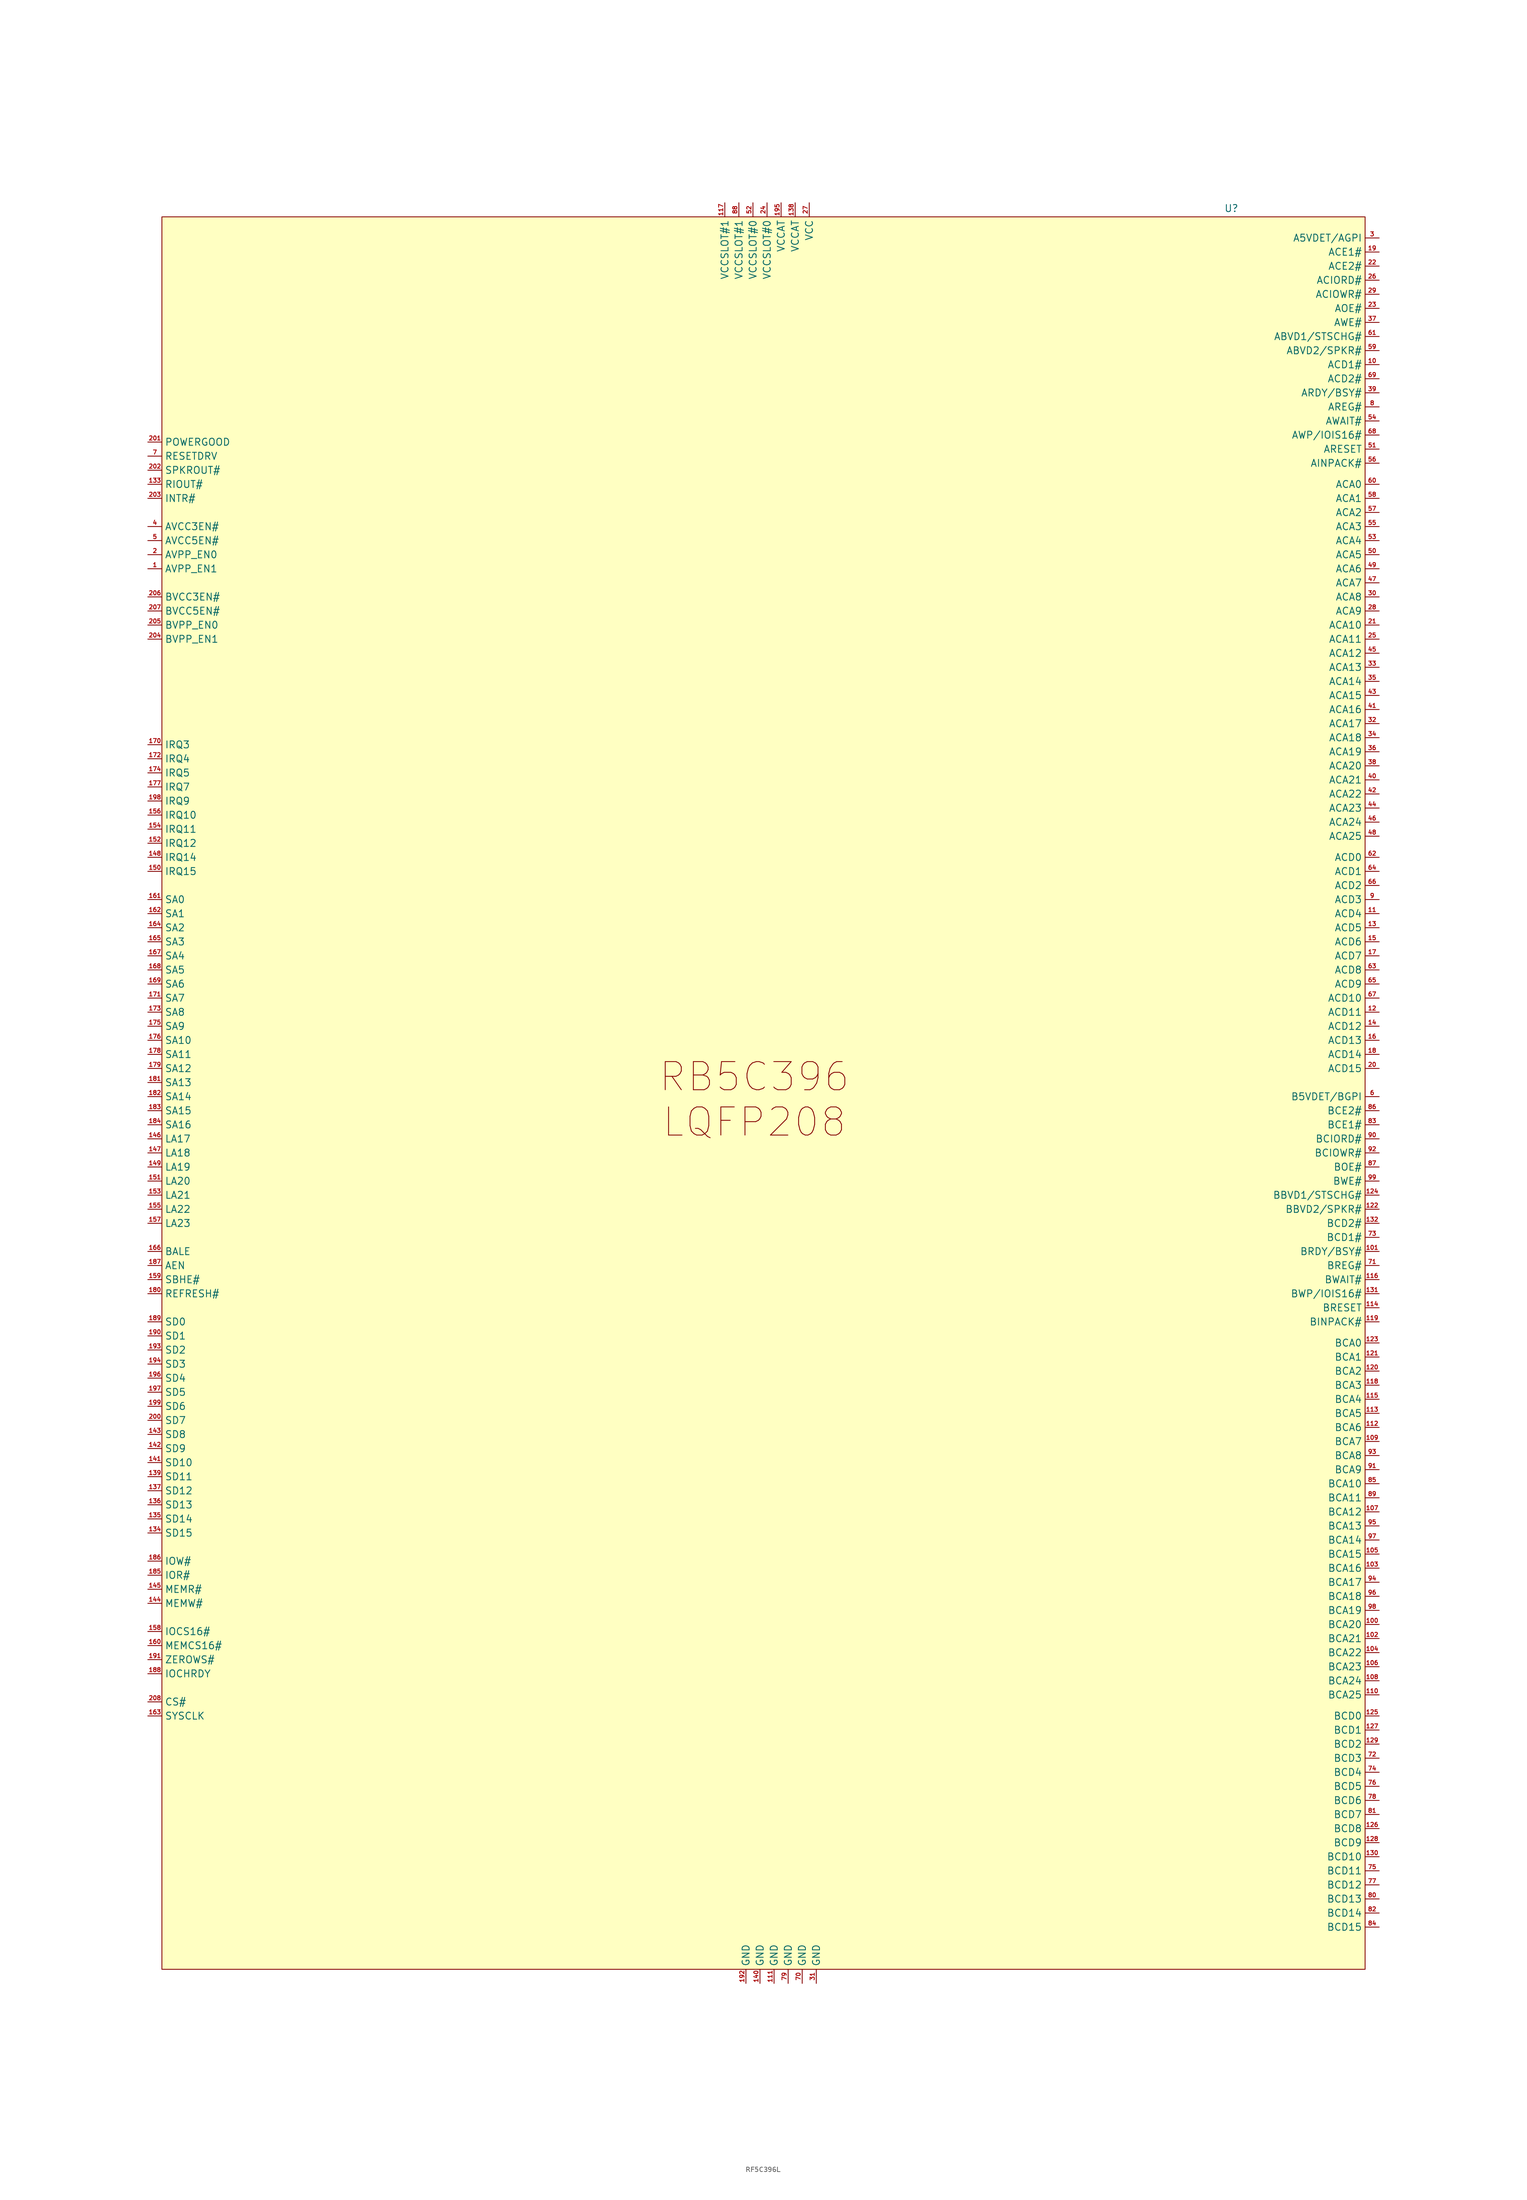
<source format=kicad_sym>
(kicad_symbol_lib
  (version 20241209)
  (generator "kicad_symbol_editor")
  (generator_version "9.0")
  (symbol "RF5C396L"
    (property "Reference" "U"
      (at 83.82 160.274 0)
      (effects (font (size 1.27 1.27))))
    (property "Value" ""
      (at 0 0 0)
      (effects (font (size 1.27 1.27))))
    (symbol "RF5C396L_1_1"
      (rectangle (start -109.22 158.75) (end 107.95 -157.48) (stroke (width 0) (type solid)) (fill (type color) (color 255 255 194 1)))
      (text "RB5C396\nLQFP208" (at -2.286 -0.508 0) (effects (font (size 5.08 5.08))))
      (pin input line (at -111.76 118.11 0) (length 2.54) (name "POWERGOOD" (effects (font (size 1.27 1.27)))) (number "201" (effects (font (size 0.762 0.762)))))
      (pin input line (at -111.76 115.57 0) (length 2.54) (name "RESETDRV" (effects (font (size 1.27 1.27)))) (number "7" (effects (font (size 0.762 0.762)))))
      (pin output line (at -111.76 113.03 0) (length 2.54) (name "SPKROUT#" (effects (font (size 1.27 1.27)))) (number "202" (effects (font (size 0.762 0.762)))))
      (pin output line (at -111.76 110.49 0) (length 2.54) (name "RIOUT#" (effects (font (size 1.27 1.27)))) (number "133" (effects (font (size 0.762 0.762)))))
      (pin output line (at -111.76 107.95 0) (length 2.54) (name "INTR#" (effects (font (size 1.27 1.27)))) (number "203" (effects (font (size 0.762 0.762)))))
      (pin output line (at -111.76 102.87 0) (length 2.54) (name "AVCC3EN#" (effects (font (size 1.27 1.27)))) (number "4" (effects (font (size 0.762 0.762)))))
      (pin output line (at -111.76 100.33 0) (length 2.54) (name "AVCC5EN#" (effects (font (size 1.27 1.27)))) (number "5" (effects (font (size 0.762 0.762)))))
      (pin output line (at -111.76 97.79 0) (length 2.54) (name "AVPP_EN0" (effects (font (size 1.27 1.27)))) (number "2" (effects (font (size 0.762 0.762)))))
      (pin output line (at -111.76 95.25 0) (length 2.54) (name "AVPP_EN1" (effects (font (size 1.27 1.27)))) (number "1" (effects (font (size 0.762 0.762)))))
      (pin output line (at -111.76 90.17 0) (length 2.54) (name "BVCC3EN#" (effects (font (size 1.27 1.27)))) (number "206" (effects (font (size 0.762 0.762)))))
      (pin output line (at -111.76 87.63 0) (length 2.54) (name "BVCC5EN#" (effects (font (size 1.27 1.27)))) (number "207" (effects (font (size 0.762 0.762)))))
      (pin output line (at -111.76 85.09 0) (length 2.54) (name "BVPP_EN0" (effects (font (size 1.27 1.27)))) (number "205" (effects (font (size 0.762 0.762)))))
      (pin output line (at -111.76 82.55 0) (length 2.54) (name "BVPP_EN1" (effects (font (size 1.27 1.27)))) (number "204" (effects (font (size 0.762 0.762)))))
      (pin output line (at -111.76 63.5 0) (length 2.54) (name "IRQ3" (effects (font (size 1.27 1.27)))) (number "170" (effects (font (size 0.762 0.762)))))
      (pin output line (at -111.76 60.96 0) (length 2.54) (name "IRQ4" (effects (font (size 1.27 1.27)))) (number "172" (effects (font (size 0.762 0.762)))))
      (pin output line (at -111.76 58.42 0) (length 2.54) (name "IRQ5" (effects (font (size 1.27 1.27)))) (number "174" (effects (font (size 0.762 0.762)))))
      (pin output line (at -111.76 55.88 0) (length 2.54) (name "IRQ7" (effects (font (size 1.27 1.27)))) (number "177" (effects (font (size 0.762 0.762)))))
      (pin output line (at -111.76 53.34 0) (length 2.54) (name "IRQ9" (effects (font (size 1.27 1.27)))) (number "198" (effects (font (size 0.762 0.762)))))
      (pin output line (at -111.76 50.8 0) (length 2.54) (name "IRQ10" (effects (font (size 1.27 1.27)))) (number "156" (effects (font (size 0.762 0.762)))))
      (pin output line (at -111.76 48.26 0) (length 2.54) (name "IRQ11" (effects (font (size 1.27 1.27)))) (number "154" (effects (font (size 0.762 0.762)))))
      (pin output line (at -111.76 45.72 0) (length 2.54) (name "IRQ12" (effects (font (size 1.27 1.27)))) (number "152" (effects (font (size 0.762 0.762)))))
      (pin output line (at -111.76 43.18 0) (length 2.54) (name "IRQ14" (effects (font (size 1.27 1.27)))) (number "148" (effects (font (size 0.762 0.762)))))
      (pin output line (at -111.76 40.64 0) (length 2.54) (name "IRQ15" (effects (font (size 1.27 1.27)))) (number "150" (effects (font (size 0.762 0.762)))))
      (pin input line (at -111.76 35.56 0) (length 2.54) (name "SA0" (effects (font (size 1.27 1.27)))) (number "161" (effects (font (size 0.762 0.762)))))
      (pin input line (at -111.76 33.02 0) (length 2.54) (name "SA1" (effects (font (size 1.27 1.27)))) (number "162" (effects (font (size 0.762 0.762)))))
      (pin input line (at -111.76 30.48 0) (length 2.54) (name "SA2" (effects (font (size 1.27 1.27)))) (number "164" (effects (font (size 0.762 0.762)))))
      (pin input line (at -111.76 27.94 0) (length 2.54) (name "SA3" (effects (font (size 1.27 1.27)))) (number "165" (effects (font (size 0.762 0.762)))))
      (pin input line (at -111.76 25.4 0) (length 2.54) (name "SA4" (effects (font (size 1.27 1.27)))) (number "167" (effects (font (size 0.762 0.762)))))
      (pin input line (at -111.76 22.86 0) (length 2.54) (name "SA5" (effects (font (size 1.27 1.27)))) (number "168" (effects (font (size 0.762 0.762)))))
      (pin input line (at -111.76 20.32 0) (length 2.54) (name "SA6" (effects (font (size 1.27 1.27)))) (number "169" (effects (font (size 0.762 0.762)))))
      (pin input line (at -111.76 17.78 0) (length 2.54) (name "SA7" (effects (font (size 1.27 1.27)))) (number "171" (effects (font (size 0.762 0.762)))))
      (pin input line (at -111.76 15.24 0) (length 2.54) (name "SA8" (effects (font (size 1.27 1.27)))) (number "173" (effects (font (size 0.762 0.762)))))
      (pin input line (at -111.76 12.7 0) (length 2.54) (name "SA9" (effects (font (size 1.27 1.27)))) (number "175" (effects (font (size 0.762 0.762)))))
      (pin input line (at -111.76 10.16 0) (length 2.54) (name "SA10" (effects (font (size 1.27 1.27)))) (number "176" (effects (font (size 0.762 0.762)))))
      (pin input line (at -111.76 7.62 0) (length 2.54) (name "SA11" (effects (font (size 1.27 1.27)))) (number "178" (effects (font (size 0.762 0.762)))))
      (pin input line (at -111.76 5.08 0) (length 2.54) (name "SA12" (effects (font (size 1.27 1.27)))) (number "179" (effects (font (size 0.762 0.762)))))
      (pin input line (at -111.76 2.54 0) (length 2.54) (name "SA13" (effects (font (size 1.27 1.27)))) (number "181" (effects (font (size 0.762 0.762)))))
      (pin input line (at -111.76 0 0) (length 2.54) (name "SA14" (effects (font (size 1.27 1.27)))) (number "182" (effects (font (size 0.762 0.762)))))
      (pin input line (at -111.76 -2.54 0) (length 2.54) (name "SA15" (effects (font (size 1.27 1.27)))) (number "183" (effects (font (size 0.762 0.762)))))
      (pin input line (at -111.76 -5.08 0) (length 2.54) (name "SA16" (effects (font (size 1.27 1.27)))) (number "184" (effects (font (size 0.762 0.762)))))
      (pin input line (at -111.76 -7.62 0) (length 2.54) (name "LA17" (effects (font (size 1.27 1.27)))) (number "146" (effects (font (size 0.762 0.762)))))
      (pin input line (at -111.76 -10.16 0) (length 2.54) (name "LA18" (effects (font (size 1.27 1.27)))) (number "147" (effects (font (size 0.762 0.762)))))
      (pin input line (at -111.76 -12.7 0) (length 2.54) (name "LA19" (effects (font (size 1.27 1.27)))) (number "149" (effects (font (size 0.762 0.762)))))
      (pin input line (at -111.76 -15.24 0) (length 2.54) (name "LA20" (effects (font (size 1.27 1.27)))) (number "151" (effects (font (size 0.762 0.762)))))
      (pin input line (at -111.76 -17.78 0) (length 2.54) (name "LA21" (effects (font (size 1.27 1.27)))) (number "153" (effects (font (size 0.762 0.762)))))
      (pin input line (at -111.76 -20.32 0) (length 2.54) (name "LA22" (effects (font (size 1.27 1.27)))) (number "155" (effects (font (size 0.762 0.762)))))
      (pin input line (at -111.76 -22.86 0) (length 2.54) (name "LA23" (effects (font (size 1.27 1.27)))) (number "157" (effects (font (size 0.762 0.762)))))
      (pin input line (at -111.76 -27.94 0) (length 2.54) (name "BALE" (effects (font (size 1.27 1.27)))) (number "166" (effects (font (size 0.762 0.762)))))
      (pin input line (at -111.76 -30.48 0) (length 2.54) (name "AEN" (effects (font (size 1.27 1.27)))) (number "187" (effects (font (size 0.762 0.762)))))
      (pin input line (at -111.76 -33.02 0) (length 2.54) (name "SBHE#" (effects (font (size 1.27 1.27)))) (number "159" (effects (font (size 0.762 0.762)))))
      (pin input line (at -111.76 -35.56 0) (length 2.54) (name "REFRESH#" (effects (font (size 1.27 1.27)))) (number "180" (effects (font (size 0.762 0.762)))))
      (pin bidirectional line (at -111.76 -40.64 0) (length 2.54) (name "SD0" (effects (font (size 1.27 1.27)))) (number "189" (effects (font (size 0.762 0.762)))))
      (pin bidirectional line (at -111.76 -43.18 0) (length 2.54) (name "SD1" (effects (font (size 1.27 1.27)))) (number "190" (effects (font (size 0.762 0.762)))))
      (pin bidirectional line (at -111.76 -45.72 0) (length 2.54) (name "SD2" (effects (font (size 1.27 1.27)))) (number "193" (effects (font (size 0.762 0.762)))))
      (pin bidirectional line (at -111.76 -48.26 0) (length 2.54) (name "SD3" (effects (font (size 1.27 1.27)))) (number "194" (effects (font (size 0.762 0.762)))))
      (pin bidirectional line (at -111.76 -50.8 0) (length 2.54) (name "SD4" (effects (font (size 1.27 1.27)))) (number "196" (effects (font (size 0.762 0.762)))))
      (pin bidirectional line (at -111.76 -53.34 0) (length 2.54) (name "SD5" (effects (font (size 1.27 1.27)))) (number "197" (effects (font (size 0.762 0.762)))))
      (pin bidirectional line (at -111.76 -55.88 0) (length 2.54) (name "SD6" (effects (font (size 1.27 1.27)))) (number "199" (effects (font (size 0.762 0.762)))))
      (pin bidirectional line (at -111.76 -58.42 0) (length 2.54) (name "SD7" (effects (font (size 1.27 1.27)))) (number "200" (effects (font (size 0.762 0.762)))))
      (pin bidirectional line (at -111.76 -60.96 0) (length 2.54) (name "SD8" (effects (font (size 1.27 1.27)))) (number "143" (effects (font (size 0.762 0.762)))))
      (pin bidirectional line (at -111.76 -63.5 0) (length 2.54) (name "SD9" (effects (font (size 1.27 1.27)))) (number "142" (effects (font (size 0.762 0.762)))))
      (pin bidirectional line (at -111.76 -66.04 0) (length 2.54) (name "SD10" (effects (font (size 1.27 1.27)))) (number "141" (effects (font (size 0.762 0.762)))))
      (pin bidirectional line (at -111.76 -68.58 0) (length 2.54) (name "SD11" (effects (font (size 1.27 1.27)))) (number "139" (effects (font (size 0.762 0.762)))))
      (pin bidirectional line (at -111.76 -71.12 0) (length 2.54) (name "SD12" (effects (font (size 1.27 1.27)))) (number "137" (effects (font (size 0.762 0.762)))))
      (pin bidirectional line (at -111.76 -73.66 0) (length 2.54) (name "SD13" (effects (font (size 1.27 1.27)))) (number "136" (effects (font (size 0.762 0.762)))))
      (pin bidirectional line (at -111.76 -76.2 0) (length 2.54) (name "SD14" (effects (font (size 1.27 1.27)))) (number "135" (effects (font (size 0.762 0.762)))))
      (pin bidirectional line (at -111.76 -78.74 0) (length 2.54) (name "SD15" (effects (font (size 1.27 1.27)))) (number "134" (effects (font (size 0.762 0.762)))))
      (pin input line (at -111.76 -83.82 0) (length 2.54) (name "IOW#" (effects (font (size 1.27 1.27)))) (number "186" (effects (font (size 0.762 0.762)))))
      (pin input line (at -111.76 -86.36 0) (length 2.54) (name "IOR#" (effects (font (size 1.27 1.27)))) (number "185" (effects (font (size 0.762 0.762)))))
      (pin input line (at -111.76 -88.9 0) (length 2.54) (name "MEMR#" (effects (font (size 1.27 1.27)))) (number "145" (effects (font (size 0.762 0.762)))))
      (pin input line (at -111.76 -91.44 0) (length 2.54) (name "MEMW#" (effects (font (size 1.27 1.27)))) (number "144" (effects (font (size 0.762 0.762)))))
      (pin output line (at -111.76 -96.52 0) (length 2.54) (name "IOCS16#" (effects (font (size 1.27 1.27)))) (number "158" (effects (font (size 0.762 0.762)))))
      (pin output line (at -111.76 -99.06 0) (length 2.54) (name "MEMCS16#" (effects (font (size 1.27 1.27)))) (number "160" (effects (font (size 0.762 0.762)))))
      (pin output line (at -111.76 -101.6 0) (length 2.54) (name "ZEROWS#" (effects (font (size 1.27 1.27)))) (number "191" (effects (font (size 0.762 0.762)))))
      (pin output line (at -111.76 -104.14 0) (length 2.54) (name "IOCHRDY" (effects (font (size 1.27 1.27)))) (number "188" (effects (font (size 0.762 0.762)))))
      (pin input line (at -111.76 -109.22 0) (length 2.54) (name "CS#" (effects (font (size 1.27 1.27)))) (number "208" (effects (font (size 0.762 0.762)))))
      (pin input line (at -111.76 -111.76 0) (length 2.54) (name "SYSCLK" (effects (font (size 1.27 1.27)))) (number "163" (effects (font (size 0.762 0.762)))))
      (pin power_in line (at -7.62 161.29 270) (length 2.54) (name "VCCSLOT#1" (effects (font (size 1.27 1.27)))) (number "117" (effects (font (size 0.762 0.762)))))
      (pin power_in line (at -5.08 161.29 270) (length 2.54) (name "VCCSLOT#1" (effects (font (size 1.27 1.27)))) (number "88" (effects (font (size 0.762 0.762)))))
      (pin power_in line (at -3.81 -160.02 90) (length 2.54) (name "GND" (effects (font (size 1.27 1.27)))) (number "192" (effects (font (size 0.762 0.762)))))
      (pin power_in line (at -2.54 161.29 270) (length 2.54) (name "VCCSLOT#0" (effects (font (size 1.27 1.27)))) (number "52" (effects (font (size 0.762 0.762)))))
      (pin power_in line (at -1.27 -160.02 90) (length 2.54) (name "GND" (effects (font (size 1.27 1.27)))) (number "140" (effects (font (size 0.762 0.762)))))
      (pin power_in line (at 0 161.29 270) (length 2.54) (name "VCCSLOT#0" (effects (font (size 1.27 1.27)))) (number "24" (effects (font (size 0.762 0.762)))))
      (pin power_in line (at 1.27 -160.02 90) (length 2.54) (name "GND" (effects (font (size 1.27 1.27)))) (number "111" (effects (font (size 0.762 0.762)))))
      (pin power_in line (at 2.54 161.29 270) (length 2.54) (name "VCCAT" (effects (font (size 1.27 1.27)))) (number "195" (effects (font (size 0.762 0.762)))))
      (pin power_in line (at 3.81 -160.02 90) (length 2.54) (name "GND" (effects (font (size 1.27 1.27)))) (number "79" (effects (font (size 0.762 0.762)))))
      (pin power_in line (at 5.08 161.29 270) (length 2.54) (name "VCCAT" (effects (font (size 1.27 1.27)))) (number "138" (effects (font (size 0.762 0.762)))))
      (pin power_in line (at 6.35 -160.02 90) (length 2.54) (name "GND" (effects (font (size 1.27 1.27)))) (number "70" (effects (font (size 0.762 0.762)))))
      (pin power_in line (at 7.62 161.29 270) (length 2.54) (name "VCC" (effects (font (size 1.27 1.27)))) (number "27" (effects (font (size 0.762 0.762)))))
      (pin power_in line (at 8.89 -160.02 90) (length 2.54) (name "GND" (effects (font (size 1.27 1.27)))) (number "31" (effects (font (size 0.762 0.762)))))
      (pin input line (at 110.49 154.94 180) (length 2.54) (name "A5VDET/AGPI" (effects (font (size 1.27 1.27)))) (number "3" (effects (font (size 0.762 0.762)))))
      (pin output line (at 110.49 152.4 180) (length 2.54) (name "ACE1#" (effects (font (size 1.27 1.27)))) (number "19" (effects (font (size 0.762 0.762)))))
      (pin output line (at 110.49 149.86 180) (length 2.54) (name "ACE2#" (effects (font (size 1.27 1.27)))) (number "22" (effects (font (size 0.762 0.762)))))
      (pin output line (at 110.49 147.32 180) (length 2.54) (name "ACIORD#" (effects (font (size 1.27 1.27)))) (number "26" (effects (font (size 0.762 0.762)))))
      (pin output line (at 110.49 144.78 180) (length 2.54) (name "ACIOWR#" (effects (font (size 1.27 1.27)))) (number "29" (effects (font (size 0.762 0.762)))))
      (pin output line (at 110.49 142.24 180) (length 2.54) (name "AOE#" (effects (font (size 1.27 1.27)))) (number "23" (effects (font (size 0.762 0.762)))))
      (pin output line (at 110.49 139.7 180) (length 2.54) (name "AWE#" (effects (font (size 1.27 1.27)))) (number "37" (effects (font (size 0.762 0.762)))))
      (pin input line (at 110.49 137.16 180) (length 2.54) (name "ABVD1/STSCHG#" (effects (font (size 1.27 1.27)))) (number "61" (effects (font (size 0.762 0.762)))))
      (pin input line (at 110.49 134.62 180) (length 2.54) (name "ABVD2/SPKR#" (effects (font (size 1.27 1.27)))) (number "59" (effects (font (size 0.762 0.762)))))
      (pin input line (at 110.49 132.08 180) (length 2.54) (name "ACD1#" (effects (font (size 1.27 1.27)))) (number "10" (effects (font (size 0.762 0.762)))))
      (pin input line (at 110.49 129.54 180) (length 2.54) (name "ACD2#" (effects (font (size 1.27 1.27)))) (number "69" (effects (font (size 0.762 0.762)))))
      (pin input line (at 110.49 127 180) (length 2.54) (name "ARDY/BSY#" (effects (font (size 1.27 1.27)))) (number "39" (effects (font (size 0.762 0.762)))))
      (pin output line (at 110.49 124.46 180) (length 2.54) (name "AREG#" (effects (font (size 1.27 1.27)))) (number "8" (effects (font (size 0.762 0.762)))))
      (pin input line (at 110.49 121.92 180) (length 2.54) (name "AWAIT#" (effects (font (size 1.27 1.27)))) (number "54" (effects (font (size 0.762 0.762)))))
      (pin input line (at 110.49 119.38 180) (length 2.54) (name "AWP/IOIS16#" (effects (font (size 1.27 1.27)))) (number "68" (effects (font (size 0.762 0.762)))))
      (pin output line (at 110.49 116.84 180) (length 2.54) (name "ARESET" (effects (font (size 1.27 1.27)))) (number "51" (effects (font (size 0.762 0.762)))))
      (pin input line (at 110.49 114.3 180) (length 2.54) (name "AINPACK#" (effects (font (size 1.27 1.27)))) (number "56" (effects (font (size 0.762 0.762)))))
      (pin output line (at 110.49 110.49 180) (length 2.54) (name "ACA0" (effects (font (size 1.27 1.27)))) (number "60" (effects (font (size 0.762 0.762)))))
      (pin output line (at 110.49 107.95 180) (length 2.54) (name "ACA1" (effects (font (size 1.27 1.27)))) (number "58" (effects (font (size 0.762 0.762)))))
      (pin output line (at 110.49 105.41 180) (length 2.54) (name "ACA2" (effects (font (size 1.27 1.27)))) (number "57" (effects (font (size 0.762 0.762)))))
      (pin output line (at 110.49 102.87 180) (length 2.54) (name "ACA3" (effects (font (size 1.27 1.27)))) (number "55" (effects (font (size 0.762 0.762)))))
      (pin output line (at 110.49 100.33 180) (length 2.54) (name "ACA4" (effects (font (size 1.27 1.27)))) (number "53" (effects (font (size 0.762 0.762)))))
      (pin output line (at 110.49 97.79 180) (length 2.54) (name "ACA5" (effects (font (size 1.27 1.27)))) (number "50" (effects (font (size 0.762 0.762)))))
      (pin output line (at 110.49 95.25 180) (length 2.54) (name "ACA6" (effects (font (size 1.27 1.27)))) (number "49" (effects (font (size 0.762 0.762)))))
      (pin output line (at 110.49 92.71 180) (length 2.54) (name "ACA7" (effects (font (size 1.27 1.27)))) (number "47" (effects (font (size 0.762 0.762)))))
      (pin output line (at 110.49 90.17 180) (length 2.54) (name "ACA8" (effects (font (size 1.27 1.27)))) (number "30" (effects (font (size 0.762 0.762)))))
      (pin output line (at 110.49 87.63 180) (length 2.54) (name "ACA9" (effects (font (size 1.27 1.27)))) (number "28" (effects (font (size 0.762 0.762)))))
      (pin output line (at 110.49 85.09 180) (length 2.54) (name "ACA10" (effects (font (size 1.27 1.27)))) (number "21" (effects (font (size 0.762 0.762)))))
      (pin output line (at 110.49 82.55 180) (length 2.54) (name "ACA11" (effects (font (size 1.27 1.27)))) (number "25" (effects (font (size 0.762 0.762)))))
      (pin output line (at 110.49 80.01 180) (length 2.54) (name "ACA12" (effects (font (size 1.27 1.27)))) (number "45" (effects (font (size 0.762 0.762)))))
      (pin output line (at 110.49 77.47 180) (length 2.54) (name "ACA13" (effects (font (size 1.27 1.27)))) (number "33" (effects (font (size 0.762 0.762)))))
      (pin output line (at 110.49 74.93 180) (length 2.54) (name "ACA14" (effects (font (size 1.27 1.27)))) (number "35" (effects (font (size 0.762 0.762)))))
      (pin output line (at 110.49 72.39 180) (length 2.54) (name "ACA15" (effects (font (size 1.27 1.27)))) (number "43" (effects (font (size 0.762 0.762)))))
      (pin output line (at 110.49 69.85 180) (length 2.54) (name "ACA16" (effects (font (size 1.27 1.27)))) (number "41" (effects (font (size 0.762 0.762)))))
      (pin output line (at 110.49 67.31 180) (length 2.54) (name "ACA17" (effects (font (size 1.27 1.27)))) (number "32" (effects (font (size 0.762 0.762)))))
      (pin output line (at 110.49 64.77 180) (length 2.54) (name "ACA18" (effects (font (size 1.27 1.27)))) (number "34" (effects (font (size 0.762 0.762)))))
      (pin output line (at 110.49 62.23 180) (length 2.54) (name "ACA19" (effects (font (size 1.27 1.27)))) (number "36" (effects (font (size 0.762 0.762)))))
      (pin output line (at 110.49 59.69 180) (length 2.54) (name "ACA20" (effects (font (size 1.27 1.27)))) (number "38" (effects (font (size 0.762 0.762)))))
      (pin output line (at 110.49 57.15 180) (length 2.54) (name "ACA21" (effects (font (size 1.27 1.27)))) (number "40" (effects (font (size 0.762 0.762)))))
      (pin output line (at 110.49 54.61 180) (length 2.54) (name "ACA22" (effects (font (size 1.27 1.27)))) (number "42" (effects (font (size 0.762 0.762)))))
      (pin output line (at 110.49 52.07 180) (length 2.54) (name "ACA23" (effects (font (size 1.27 1.27)))) (number "44" (effects (font (size 0.762 0.762)))))
      (pin output line (at 110.49 49.53 180) (length 2.54) (name "ACA24" (effects (font (size 1.27 1.27)))) (number "46" (effects (font (size 0.762 0.762)))))
      (pin output line (at 110.49 46.99 180) (length 2.54) (name "ACA25" (effects (font (size 1.27 1.27)))) (number "48" (effects (font (size 0.762 0.762)))))
      (pin bidirectional line (at 110.49 43.18 180) (length 2.54) (name "ACD0" (effects (font (size 1.27 1.27)))) (number "62" (effects (font (size 0.762 0.762)))))
      (pin bidirectional line (at 110.49 40.64 180) (length 2.54) (name "ACD1" (effects (font (size 1.27 1.27)))) (number "64" (effects (font (size 0.762 0.762)))))
      (pin bidirectional line (at 110.49 38.1 180) (length 2.54) (name "ACD2" (effects (font (size 1.27 1.27)))) (number "66" (effects (font (size 0.762 0.762)))))
      (pin bidirectional line (at 110.49 35.56 180) (length 2.54) (name "ACD3" (effects (font (size 1.27 1.27)))) (number "9" (effects (font (size 0.762 0.762)))))
      (pin bidirectional line (at 110.49 33.02 180) (length 2.54) (name "ACD4" (effects (font (size 1.27 1.27)))) (number "11" (effects (font (size 0.762 0.762)))))
      (pin bidirectional line (at 110.49 30.48 180) (length 2.54) (name "ACD5" (effects (font (size 1.27 1.27)))) (number "13" (effects (font (size 0.762 0.762)))))
      (pin bidirectional line (at 110.49 27.94 180) (length 2.54) (name "ACD6" (effects (font (size 1.27 1.27)))) (number "15" (effects (font (size 0.762 0.762)))))
      (pin bidirectional line (at 110.49 25.4 180) (length 2.54) (name "ACD7" (effects (font (size 1.27 1.27)))) (number "17" (effects (font (size 0.762 0.762)))))
      (pin bidirectional line (at 110.49 22.86 180) (length 2.54) (name "ACD8" (effects (font (size 1.27 1.27)))) (number "63" (effects (font (size 0.762 0.762)))))
      (pin bidirectional line (at 110.49 20.32 180) (length 2.54) (name "ACD9" (effects (font (size 1.27 1.27)))) (number "65" (effects (font (size 0.762 0.762)))))
      (pin bidirectional line (at 110.49 17.78 180) (length 2.54) (name "ACD10" (effects (font (size 1.27 1.27)))) (number "67" (effects (font (size 0.762 0.762)))))
      (pin bidirectional line (at 110.49 15.24 180) (length 2.54) (name "ACD11" (effects (font (size 1.27 1.27)))) (number "12" (effects (font (size 0.762 0.762)))))
      (pin bidirectional line (at 110.49 12.7 180) (length 2.54) (name "ACD12" (effects (font (size 1.27 1.27)))) (number "14" (effects (font (size 0.762 0.762)))))
      (pin bidirectional line (at 110.49 10.16 180) (length 2.54) (name "ACD13" (effects (font (size 1.27 1.27)))) (number "16" (effects (font (size 0.762 0.762)))))
      (pin bidirectional line (at 110.49 7.62 180) (length 2.54) (name "ACD14" (effects (font (size 1.27 1.27)))) (number "18" (effects (font (size 0.762 0.762)))))
      (pin bidirectional line (at 110.49 5.08 180) (length 2.54) (name "ACD15" (effects (font (size 1.27 1.27)))) (number "20" (effects (font (size 0.762 0.762)))))
      (pin input line (at 110.49 0 180) (length 2.54) (name "B5VDET/BGPI" (effects (font (size 1.27 1.27)))) (number "6" (effects (font (size 0.762 0.762)))))
      (pin output line (at 110.49 -2.54 180) (length 2.54) (name "BCE2#" (effects (font (size 1.27 1.27)))) (number "86" (effects (font (size 0.762 0.762)))))
      (pin output line (at 110.49 -5.08 180) (length 2.54) (name "BCE1#" (effects (font (size 1.27 1.27)))) (number "83" (effects (font (size 0.762 0.762)))))
      (pin output line (at 110.49 -7.62 180) (length 2.54) (name "BCIORD#" (effects (font (size 1.27 1.27)))) (number "90" (effects (font (size 0.762 0.762)))))
      (pin output line (at 110.49 -10.16 180) (length 2.54) (name "BCIOWR#" (effects (font (size 1.27 1.27)))) (number "92" (effects (font (size 0.762 0.762)))))
      (pin output line (at 110.49 -12.7 180) (length 2.54) (name "BOE#" (effects (font (size 1.27 1.27)))) (number "87" (effects (font (size 0.762 0.762)))))
      (pin output line (at 110.49 -15.24 180) (length 2.54) (name "BWE#" (effects (font (size 1.27 1.27)))) (number "99" (effects (font (size 0.762 0.762)))))
      (pin input line (at 110.49 -17.78 180) (length 2.54) (name "BBVD1/STSCHG#" (effects (font (size 1.27 1.27)))) (number "124" (effects (font (size 0.762 0.762)))))
      (pin input line (at 110.49 -20.32 180) (length 2.54) (name "BBVD2/SPKR#" (effects (font (size 1.27 1.27)))) (number "122" (effects (font (size 0.762 0.762)))))
      (pin input line (at 110.49 -22.86 180) (length 2.54) (name "BCD2#" (effects (font (size 1.27 1.27)))) (number "132" (effects (font (size 0.762 0.762)))))
      (pin input line (at 110.49 -25.4 180) (length 2.54) (name "BCD1#" (effects (font (size 1.27 1.27)))) (number "73" (effects (font (size 0.762 0.762)))))
      (pin input line (at 110.49 -27.94 180) (length 2.54) (name "BRDY/BSY#" (effects (font (size 1.27 1.27)))) (number "101" (effects (font (size 0.762 0.762)))))
      (pin output line (at 110.49 -30.48 180) (length 2.54) (name "BREG#" (effects (font (size 1.27 1.27)))) (number "71" (effects (font (size 0.762 0.762)))))
      (pin input line (at 110.49 -33.02 180) (length 2.54) (name "BWAIT#" (effects (font (size 1.27 1.27)))) (number "116" (effects (font (size 0.762 0.762)))))
      (pin input line (at 110.49 -35.56 180) (length 2.54) (name "BWP/IOIS16#" (effects (font (size 1.27 1.27)))) (number "131" (effects (font (size 0.762 0.762)))))
      (pin output line (at 110.49 -38.1 180) (length 2.54) (name "BRESET" (effects (font (size 1.27 1.27)))) (number "114" (effects (font (size 0.762 0.762)))))
      (pin input line (at 110.49 -40.64 180) (length 2.54) (name "BINPACK#" (effects (font (size 1.27 1.27)))) (number "119" (effects (font (size 0.762 0.762)))))
      (pin bidirectional line (at 110.49 -44.45 180) (length 2.54) (name "BCA0" (effects (font (size 1.27 1.27)))) (number "123" (effects (font (size 0.762 0.762)))))
      (pin bidirectional line (at 110.49 -46.99 180) (length 2.54) (name "BCA1" (effects (font (size 1.27 1.27)))) (number "121" (effects (font (size 0.762 0.762)))))
      (pin bidirectional line (at 110.49 -49.53 180) (length 2.54) (name "BCA2" (effects (font (size 1.27 1.27)))) (number "120" (effects (font (size 0.762 0.762)))))
      (pin bidirectional line (at 110.49 -52.07 180) (length 2.54) (name "BCA3" (effects (font (size 1.27 1.27)))) (number "118" (effects (font (size 0.762 0.762)))))
      (pin bidirectional line (at 110.49 -54.61 180) (length 2.54) (name "BCA4" (effects (font (size 1.27 1.27)))) (number "115" (effects (font (size 0.762 0.762)))))
      (pin bidirectional line (at 110.49 -57.15 180) (length 2.54) (name "BCA5" (effects (font (size 1.27 1.27)))) (number "113" (effects (font (size 0.762 0.762)))))
      (pin bidirectional line (at 110.49 -59.69 180) (length 2.54) (name "BCA6" (effects (font (size 1.27 1.27)))) (number "112" (effects (font (size 0.762 0.762)))))
      (pin bidirectional line (at 110.49 -62.23 180) (length 2.54) (name "BCA7" (effects (font (size 1.27 1.27)))) (number "109" (effects (font (size 0.762 0.762)))))
      (pin bidirectional line (at 110.49 -64.77 180) (length 2.54) (name "BCA8" (effects (font (size 1.27 1.27)))) (number "93" (effects (font (size 0.762 0.762)))))
      (pin bidirectional line (at 110.49 -67.31 180) (length 2.54) (name "BCA9" (effects (font (size 1.27 1.27)))) (number "91" (effects (font (size 0.762 0.762)))))
      (pin bidirectional line (at 110.49 -69.85 180) (length 2.54) (name "BCA10" (effects (font (size 1.27 1.27)))) (number "85" (effects (font (size 0.762 0.762)))))
      (pin bidirectional line (at 110.49 -72.39 180) (length 2.54) (name "BCA11" (effects (font (size 1.27 1.27)))) (number "89" (effects (font (size 0.762 0.762)))))
      (pin bidirectional line (at 110.49 -74.93 180) (length 2.54) (name "BCA12" (effects (font (size 1.27 1.27)))) (number "107" (effects (font (size 0.762 0.762)))))
      (pin bidirectional line (at 110.49 -77.47 180) (length 2.54) (name "BCA13" (effects (font (size 1.27 1.27)))) (number "95" (effects (font (size 0.762 0.762)))))
      (pin bidirectional line (at 110.49 -80.01 180) (length 2.54) (name "BCA14" (effects (font (size 1.27 1.27)))) (number "97" (effects (font (size 0.762 0.762)))))
      (pin bidirectional line (at 110.49 -82.55 180) (length 2.54) (name "BCA15" (effects (font (size 1.27 1.27)))) (number "105" (effects (font (size 0.762 0.762)))))
      (pin bidirectional line (at 110.49 -85.09 180) (length 2.54) (name "BCA16" (effects (font (size 1.27 1.27)))) (number "103" (effects (font (size 0.762 0.762)))))
      (pin bidirectional line (at 110.49 -87.63 180) (length 2.54) (name "BCA17" (effects (font (size 1.27 1.27)))) (number "94" (effects (font (size 0.762 0.762)))))
      (pin bidirectional line (at 110.49 -90.17 180) (length 2.54) (name "BCA18" (effects (font (size 1.27 1.27)))) (number "96" (effects (font (size 0.762 0.762)))))
      (pin bidirectional line (at 110.49 -92.71 180) (length 2.54) (name "BCA19" (effects (font (size 1.27 1.27)))) (number "98" (effects (font (size 0.762 0.762)))))
      (pin bidirectional line (at 110.49 -95.25 180) (length 2.54) (name "BCA20" (effects (font (size 1.27 1.27)))) (number "100" (effects (font (size 0.762 0.762)))))
      (pin bidirectional line (at 110.49 -97.79 180) (length 2.54) (name "BCA21" (effects (font (size 1.27 1.27)))) (number "102" (effects (font (size 0.762 0.762)))))
      (pin bidirectional line (at 110.49 -100.33 180) (length 2.54) (name "BCA22" (effects (font (size 1.27 1.27)))) (number "104" (effects (font (size 0.762 0.762)))))
      (pin bidirectional line (at 110.49 -102.87 180) (length 2.54) (name "BCA23" (effects (font (size 1.27 1.27)))) (number "106" (effects (font (size 0.762 0.762)))))
      (pin bidirectional line (at 110.49 -105.41 180) (length 2.54) (name "BCA24" (effects (font (size 1.27 1.27)))) (number "108" (effects (font (size 0.762 0.762)))))
      (pin bidirectional line (at 110.49 -107.95 180) (length 2.54) (name "BCA25" (effects (font (size 1.27 1.27)))) (number "110" (effects (font (size 0.762 0.762)))))
      (pin bidirectional line (at 110.49 -111.76 180) (length 2.54) (name "BCD0" (effects (font (size 1.27 1.27)))) (number "125" (effects (font (size 0.762 0.762)))))
      (pin bidirectional line (at 110.49 -114.3 180) (length 2.54) (name "BCD1" (effects (font (size 1.27 1.27)))) (number "127" (effects (font (size 0.762 0.762)))))
      (pin bidirectional line (at 110.49 -116.84 180) (length 2.54) (name "BCD2" (effects (font (size 1.27 1.27)))) (number "129" (effects (font (size 0.762 0.762)))))
      (pin bidirectional line (at 110.49 -119.38 180) (length 2.54) (name "BCD3" (effects (font (size 1.27 1.27)))) (number "72" (effects (font (size 0.762 0.762)))))
      (pin bidirectional line (at 110.49 -121.92 180) (length 2.54) (name "BCD4" (effects (font (size 1.27 1.27)))) (number "74" (effects (font (size 0.762 0.762)))))
      (pin bidirectional line (at 110.49 -124.46 180) (length 2.54) (name "BCD5" (effects (font (size 1.27 1.27)))) (number "76" (effects (font (size 0.762 0.762)))))
      (pin bidirectional line (at 110.49 -127 180) (length 2.54) (name "BCD6" (effects (font (size 1.27 1.27)))) (number "78" (effects (font (size 0.762 0.762)))))
      (pin bidirectional line (at 110.49 -129.54 180) (length 2.54) (name "BCD7" (effects (font (size 1.27 1.27)))) (number "81" (effects (font (size 0.762 0.762)))))
      (pin bidirectional line (at 110.49 -132.08 180) (length 2.54) (name "BCD8" (effects (font (size 1.27 1.27)))) (number "126" (effects (font (size 0.762 0.762)))))
      (pin bidirectional line (at 110.49 -134.62 180) (length 2.54) (name "BCD9" (effects (font (size 1.27 1.27)))) (number "128" (effects (font (size 0.762 0.762)))))
      (pin bidirectional line (at 110.49 -137.16 180) (length 2.54) (name "BCD10" (effects (font (size 1.27 1.27)))) (number "130" (effects (font (size 0.762 0.762)))))
      (pin bidirectional line (at 110.49 -139.7 180) (length 2.54) (name "BCD11" (effects (font (size 1.27 1.27)))) (number "75" (effects (font (size 0.762 0.762)))))
      (pin bidirectional line (at 110.49 -142.24 180) (length 2.54) (name "BCD12" (effects (font (size 1.27 1.27)))) (number "77" (effects (font (size 0.762 0.762)))))
      (pin bidirectional line (at 110.49 -144.78 180) (length 2.54) (name "BCD13" (effects (font (size 1.27 1.27)))) (number "80" (effects (font (size 0.762 0.762)))))
      (pin bidirectional line (at 110.49 -147.32 180) (length 2.54) (name "BCD14" (effects (font (size 1.27 1.27)))) (number "82" (effects (font (size 0.762 0.762)))))
      (pin bidirectional line (at 110.49 -149.86 180) (length 2.54) (name "BCD15" (effects (font (size 1.27 1.27)))) (number "84" (effects (font (size 0.762 0.762))))))))
</source>
